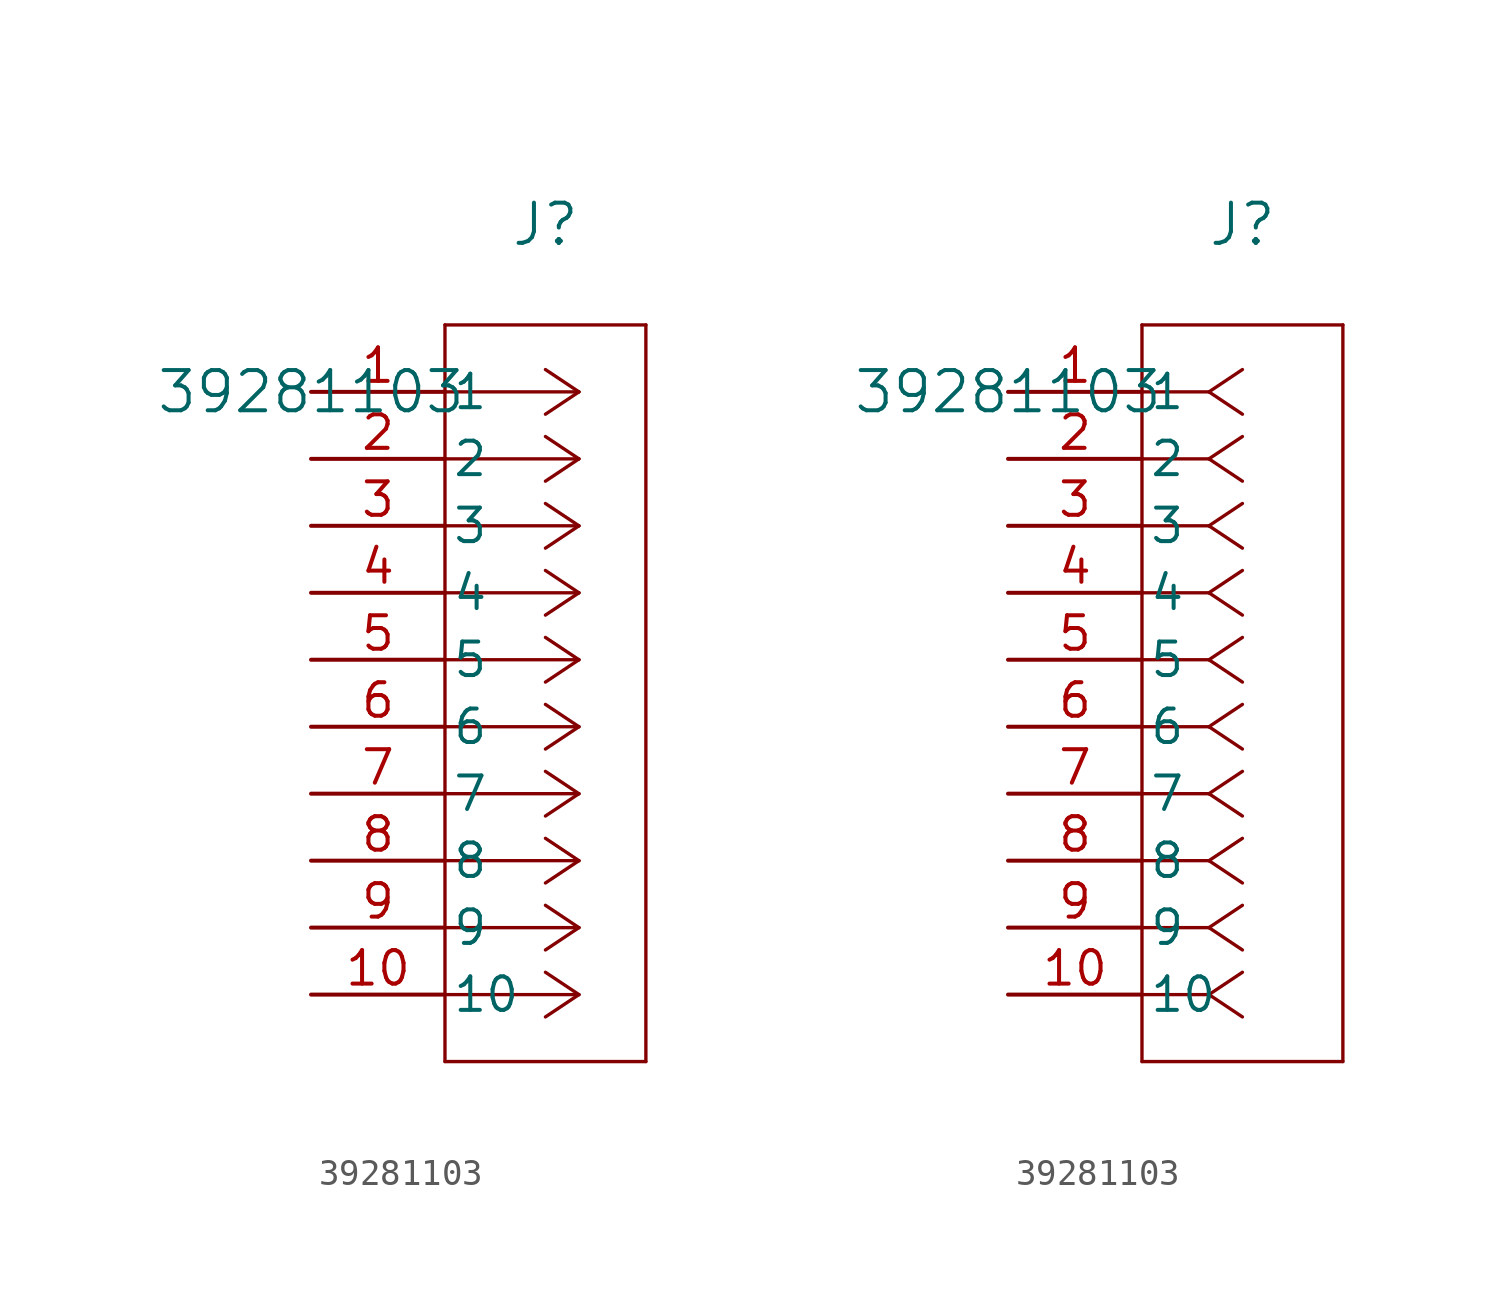
<source format=kicad_sym>
(kicad_symbol_lib
  (version 20211014)
  (generator kicad_symbol_editor)
  (symbol "39281103"
    (pin_names
      (offset 0.254))
    (property "Reference" "J"
      (at 8.89 6.35 0)
      (effects (font (size 1.524 1.524))))
    (property "Value" "39281103"
      (at 0 0 0)
      (effects (font (size 1.524 1.524))))
    (symbol "39281103_1_1"
      (polyline (pts (xy 10.16 0) (xy 5.08 0)) (stroke (width 0.127) (type default) (color 0 0 0 0)) (fill (type none)))
      (polyline (pts (xy 10.16 -2.54) (xy 5.08 -2.54)) (stroke (width 0.127) (type default) (color 0 0 0 0)) (fill (type none)))
      (polyline (pts (xy 10.16 -5.08) (xy 5.08 -5.08)) (stroke (width 0.127) (type default) (color 0 0 0 0)) (fill (type none)))
      (polyline (pts (xy 10.16 -7.62) (xy 5.08 -7.62)) (stroke (width 0.127) (type default) (color 0 0 0 0)) (fill (type none)))
      (polyline (pts (xy 10.16 -10.16) (xy 5.08 -10.16)) (stroke (width 0.127) (type default) (color 0 0 0 0)) (fill (type none)))
      (polyline (pts (xy 10.16 -12.7) (xy 5.08 -12.7)) (stroke (width 0.127) (type default) (color 0 0 0 0)) (fill (type none)))
      (polyline (pts (xy 10.16 -15.24) (xy 5.08 -15.24)) (stroke (width 0.127) (type default) (color 0 0 0 0)) (fill (type none)))
      (polyline (pts (xy 10.16 -17.78) (xy 5.08 -17.78)) (stroke (width 0.127) (type default) (color 0 0 0 0)) (fill (type none)))
      (polyline (pts (xy 10.16 -20.32) (xy 5.08 -20.32)) (stroke (width 0.127) (type default) (color 0 0 0 0)) (fill (type none)))
      (polyline (pts (xy 10.16 -22.86) (xy 5.08 -22.86)) (stroke (width 0.127) (type default) (color 0 0 0 0)) (fill (type none)))
      (polyline (pts (xy 10.16 0) (xy 8.89 0.847)) (stroke (width 0.127) (type default) (color 0 0 0 0)) (fill (type none)))
      (polyline (pts (xy 10.16 -2.54) (xy 8.89 -1.693)) (stroke (width 0.127) (type default) (color 0 0 0 0)) (fill (type none)))
      (polyline (pts (xy 10.16 -5.08) (xy 8.89 -4.233)) (stroke (width 0.127) (type default) (color 0 0 0 0)) (fill (type none)))
      (polyline (pts (xy 10.16 -7.62) (xy 8.89 -6.773)) (stroke (width 0.127) (type default) (color 0 0 0 0)) (fill (type none)))
      (polyline (pts (xy 10.16 -10.16) (xy 8.89 -9.313)) (stroke (width 0.127) (type default) (color 0 0 0 0)) (fill (type none)))
      (polyline (pts (xy 10.16 -12.7) (xy 8.89 -11.853)) (stroke (width 0.127) (type default) (color 0 0 0 0)) (fill (type none)))
      (polyline (pts (xy 10.16 -15.24) (xy 8.89 -14.393)) (stroke (width 0.127) (type default) (color 0 0 0 0)) (fill (type none)))
      (polyline (pts (xy 10.16 -17.78) (xy 8.89 -16.933)) (stroke (width 0.127) (type default) (color 0 0 0 0)) (fill (type none)))
      (polyline (pts (xy 10.16 -20.32) (xy 8.89 -19.473)) (stroke (width 0.127) (type default) (color 0 0 0 0)) (fill (type none)))
      (polyline (pts (xy 10.16 -22.86) (xy 8.89 -22.013)) (stroke (width 0.127) (type default) (color 0 0 0 0)) (fill (type none)))
      (polyline (pts (xy 10.16 0) (xy 8.89 -0.847)) (stroke (width 0.127) (type default) (color 0 0 0 0)) (fill (type none)))
      (polyline (pts (xy 10.16 -2.54) (xy 8.89 -3.387)) (stroke (width 0.127) (type default) (color 0 0 0 0)) (fill (type none)))
      (polyline (pts (xy 10.16 -5.08) (xy 8.89 -5.927)) (stroke (width 0.127) (type default) (color 0 0 0 0)) (fill (type none)))
      (polyline (pts (xy 10.16 -7.62) (xy 8.89 -8.467)) (stroke (width 0.127) (type default) (color 0 0 0 0)) (fill (type none)))
      (polyline (pts (xy 10.16 -10.16) (xy 8.89 -11.007)) (stroke (width 0.127) (type default) (color 0 0 0 0)) (fill (type none)))
      (polyline (pts (xy 10.16 -12.7) (xy 8.89 -13.547)) (stroke (width 0.127) (type default) (color 0 0 0 0)) (fill (type none)))
      (polyline (pts (xy 10.16 -15.24) (xy 8.89 -16.087)) (stroke (width 0.127) (type default) (color 0 0 0 0)) (fill (type none)))
      (polyline (pts (xy 10.16 -17.78) (xy 8.89 -18.627)) (stroke (width 0.127) (type default) (color 0 0 0 0)) (fill (type none)))
      (polyline (pts (xy 10.16 -20.32) (xy 8.89 -21.167)) (stroke (width 0.127) (type default) (color 0 0 0 0)) (fill (type none)))
      (polyline (pts (xy 10.16 -22.86) (xy 8.89 -23.707)) (stroke (width 0.127) (type default) (color 0 0 0 0)) (fill (type none)))
      (polyline (pts (xy 5.08 2.54) (xy 5.08 -25.4)) (stroke (width 0.127) (type default) (color 0 0 0 0)) (fill (type none)))
      (polyline (pts (xy 5.08 -25.4) (xy 12.7 -25.4)) (stroke (width 0.127) (type default) (color 0 0 0 0)) (fill (type none)))
      (polyline (pts (xy 12.7 -25.4) (xy 12.7 2.54)) (stroke (width 0.127) (type default) (color 0 0 0 0)) (fill (type none)))
      (polyline (pts (xy 12.7 2.54) (xy 5.08 2.54)) (stroke (width 0.127) (type default) (color 0 0 0 0)) (fill (type none)))
      (pin unspecified line (at 0 0 0) (length 5.08) (name "1" (effects (font (size 1.27 1.27)))) (number "1" (effects (font (size 1.27 1.27)))))
      (pin unspecified line (at 0 -2.54 0) (length 5.08) (name "2" (effects (font (size 1.27 1.27)))) (number "2" (effects (font (size 1.27 1.27)))))
      (pin unspecified line (at 0 -5.08 0) (length 5.08) (name "3" (effects (font (size 1.27 1.27)))) (number "3" (effects (font (size 1.27 1.27)))))
      (pin unspecified line (at 0 -7.62 0) (length 5.08) (name "4" (effects (font (size 1.27 1.27)))) (number "4" (effects (font (size 1.27 1.27)))))
      (pin unspecified line (at 0 -10.16 0) (length 5.08) (name "5" (effects (font (size 1.27 1.27)))) (number "5" (effects (font (size 1.27 1.27)))))
      (pin unspecified line (at 0 -12.7 0) (length 5.08) (name "6" (effects (font (size 1.27 1.27)))) (number "6" (effects (font (size 1.27 1.27)))))
      (pin unspecified line (at 0 -15.24 0) (length 5.08) (name "7" (effects (font (size 1.27 1.27)))) (number "7" (effects (font (size 1.27 1.27)))))
      (pin unspecified line (at 0 -17.78 0) (length 5.08) (name "8" (effects (font (size 1.27 1.27)))) (number "8" (effects (font (size 1.27 1.27)))))
      (pin unspecified line (at 0 -20.32 0) (length 5.08) (name "9" (effects (font (size 1.27 1.27)))) (number "9" (effects (font (size 1.27 1.27)))))
      (pin unspecified line (at 0 -22.86 0) (length 5.08) (name "10" (effects (font (size 1.27 1.27)))) (number "10" (effects (font (size 1.27 1.27))))))
    (symbol "39281103_1_2"
      (polyline (pts (xy 7.62 0) (xy 5.08 0)) (stroke (width 0.127) (type default) (color 0 0 0 0)) (fill (type none)))
      (polyline (pts (xy 7.62 -2.54) (xy 5.08 -2.54)) (stroke (width 0.127) (type default) (color 0 0 0 0)) (fill (type none)))
      (polyline (pts (xy 7.62 -5.08) (xy 5.08 -5.08)) (stroke (width 0.127) (type default) (color 0 0 0 0)) (fill (type none)))
      (polyline (pts (xy 7.62 -7.62) (xy 5.08 -7.62)) (stroke (width 0.127) (type default) (color 0 0 0 0)) (fill (type none)))
      (polyline (pts (xy 7.62 -10.16) (xy 5.08 -10.16)) (stroke (width 0.127) (type default) (color 0 0 0 0)) (fill (type none)))
      (polyline (pts (xy 7.62 -12.7) (xy 5.08 -12.7)) (stroke (width 0.127) (type default) (color 0 0 0 0)) (fill (type none)))
      (polyline (pts (xy 7.62 -15.24) (xy 5.08 -15.24)) (stroke (width 0.127) (type default) (color 0 0 0 0)) (fill (type none)))
      (polyline (pts (xy 7.62 -17.78) (xy 5.08 -17.78)) (stroke (width 0.127) (type default) (color 0 0 0 0)) (fill (type none)))
      (polyline (pts (xy 7.62 -20.32) (xy 5.08 -20.32)) (stroke (width 0.127) (type default) (color 0 0 0 0)) (fill (type none)))
      (polyline (pts (xy 7.62 -22.86) (xy 5.08 -22.86)) (stroke (width 0.127) (type default) (color 0 0 0 0)) (fill (type none)))
      (polyline (pts (xy 7.62 0) (xy 8.89 0.847)) (stroke (width 0.127) (type default) (color 0 0 0 0)) (fill (type none)))
      (polyline (pts (xy 7.62 -2.54) (xy 8.89 -1.693)) (stroke (width 0.127) (type default) (color 0 0 0 0)) (fill (type none)))
      (polyline (pts (xy 7.62 -5.08) (xy 8.89 -4.233)) (stroke (width 0.127) (type default) (color 0 0 0 0)) (fill (type none)))
      (polyline (pts (xy 7.62 -7.62) (xy 8.89 -6.773)) (stroke (width 0.127) (type default) (color 0 0 0 0)) (fill (type none)))
      (polyline (pts (xy 7.62 -10.16) (xy 8.89 -9.313)) (stroke (width 0.127) (type default) (color 0 0 0 0)) (fill (type none)))
      (polyline (pts (xy 7.62 -12.7) (xy 8.89 -11.853)) (stroke (width 0.127) (type default) (color 0 0 0 0)) (fill (type none)))
      (polyline (pts (xy 7.62 -15.24) (xy 8.89 -14.393)) (stroke (width 0.127) (type default) (color 0 0 0 0)) (fill (type none)))
      (polyline (pts (xy 7.62 -17.78) (xy 8.89 -16.933)) (stroke (width 0.127) (type default) (color 0 0 0 0)) (fill (type none)))
      (polyline (pts (xy 7.62 -20.32) (xy 8.89 -19.473)) (stroke (width 0.127) (type default) (color 0 0 0 0)) (fill (type none)))
      (polyline (pts (xy 7.62 -22.86) (xy 8.89 -22.013)) (stroke (width 0.127) (type default) (color 0 0 0 0)) (fill (type none)))
      (polyline (pts (xy 7.62 0) (xy 8.89 -0.847)) (stroke (width 0.127) (type default) (color 0 0 0 0)) (fill (type none)))
      (polyline (pts (xy 7.62 -2.54) (xy 8.89 -3.387)) (stroke (width 0.127) (type default) (color 0 0 0 0)) (fill (type none)))
      (polyline (pts (xy 7.62 -5.08) (xy 8.89 -5.927)) (stroke (width 0.127) (type default) (color 0 0 0 0)) (fill (type none)))
      (polyline (pts (xy 7.62 -7.62) (xy 8.89 -8.467)) (stroke (width 0.127) (type default) (color 0 0 0 0)) (fill (type none)))
      (polyline (pts (xy 7.62 -10.16) (xy 8.89 -11.007)) (stroke (width 0.127) (type default) (color 0 0 0 0)) (fill (type none)))
      (polyline (pts (xy 7.62 -12.7) (xy 8.89 -13.547)) (stroke (width 0.127) (type default) (color 0 0 0 0)) (fill (type none)))
      (polyline (pts (xy 7.62 -15.24) (xy 8.89 -16.087)) (stroke (width 0.127) (type default) (color 0 0 0 0)) (fill (type none)))
      (polyline (pts (xy 7.62 -17.78) (xy 8.89 -18.627)) (stroke (width 0.127) (type default) (color 0 0 0 0)) (fill (type none)))
      (polyline (pts (xy 7.62 -20.32) (xy 8.89 -21.167)) (stroke (width 0.127) (type default) (color 0 0 0 0)) (fill (type none)))
      (polyline (pts (xy 7.62 -22.86) (xy 8.89 -23.707)) (stroke (width 0.127) (type default) (color 0 0 0 0)) (fill (type none)))
      (polyline (pts (xy 5.08 2.54) (xy 5.08 -25.4)) (stroke (width 0.127) (type default) (color 0 0 0 0)) (fill (type none)))
      (polyline (pts (xy 5.08 -25.4) (xy 12.7 -25.4)) (stroke (width 0.127) (type default) (color 0 0 0 0)) (fill (type none)))
      (polyline (pts (xy 12.7 -25.4) (xy 12.7 2.54)) (stroke (width 0.127) (type default) (color 0 0 0 0)) (fill (type none)))
      (polyline (pts (xy 12.7 2.54) (xy 5.08 2.54)) (stroke (width 0.127) (type default) (color 0 0 0 0)) (fill (type none)))
      (pin unspecified line (at 0 0 0) (length 5.08) (name "1" (effects (font (size 1.27 1.27)))) (number "1" (effects (font (size 1.27 1.27)))))
      (pin unspecified line (at 0 -2.54 0) (length 5.08) (name "2" (effects (font (size 1.27 1.27)))) (number "2" (effects (font (size 1.27 1.27)))))
      (pin unspecified line (at 0 -5.08 0) (length 5.08) (name "3" (effects (font (size 1.27 1.27)))) (number "3" (effects (font (size 1.27 1.27)))))
      (pin unspecified line (at 0 -7.62 0) (length 5.08) (name "4" (effects (font (size 1.27 1.27)))) (number "4" (effects (font (size 1.27 1.27)))))
      (pin unspecified line (at 0 -10.16 0) (length 5.08) (name "5" (effects (font (size 1.27 1.27)))) (number "5" (effects (font (size 1.27 1.27)))))
      (pin unspecified line (at 0 -12.7 0) (length 5.08) (name "6" (effects (font (size 1.27 1.27)))) (number "6" (effects (font (size 1.27 1.27)))))
      (pin unspecified line (at 0 -15.24 0) (length 5.08) (name "7" (effects (font (size 1.27 1.27)))) (number "7" (effects (font (size 1.27 1.27)))))
      (pin unspecified line (at 0 -17.78 0) (length 5.08) (name "8" (effects (font (size 1.27 1.27)))) (number "8" (effects (font (size 1.27 1.27)))))
      (pin unspecified line (at 0 -20.32 0) (length 5.08) (name "9" (effects (font (size 1.27 1.27)))) (number "9" (effects (font (size 1.27 1.27)))))
      (pin unspecified line (at 0 -22.86 0) (length 5.08) (name "10" (effects (font (size 1.27 1.27)))) (number "10" (effects (font (size 1.27 1.27))))))))
</source>
